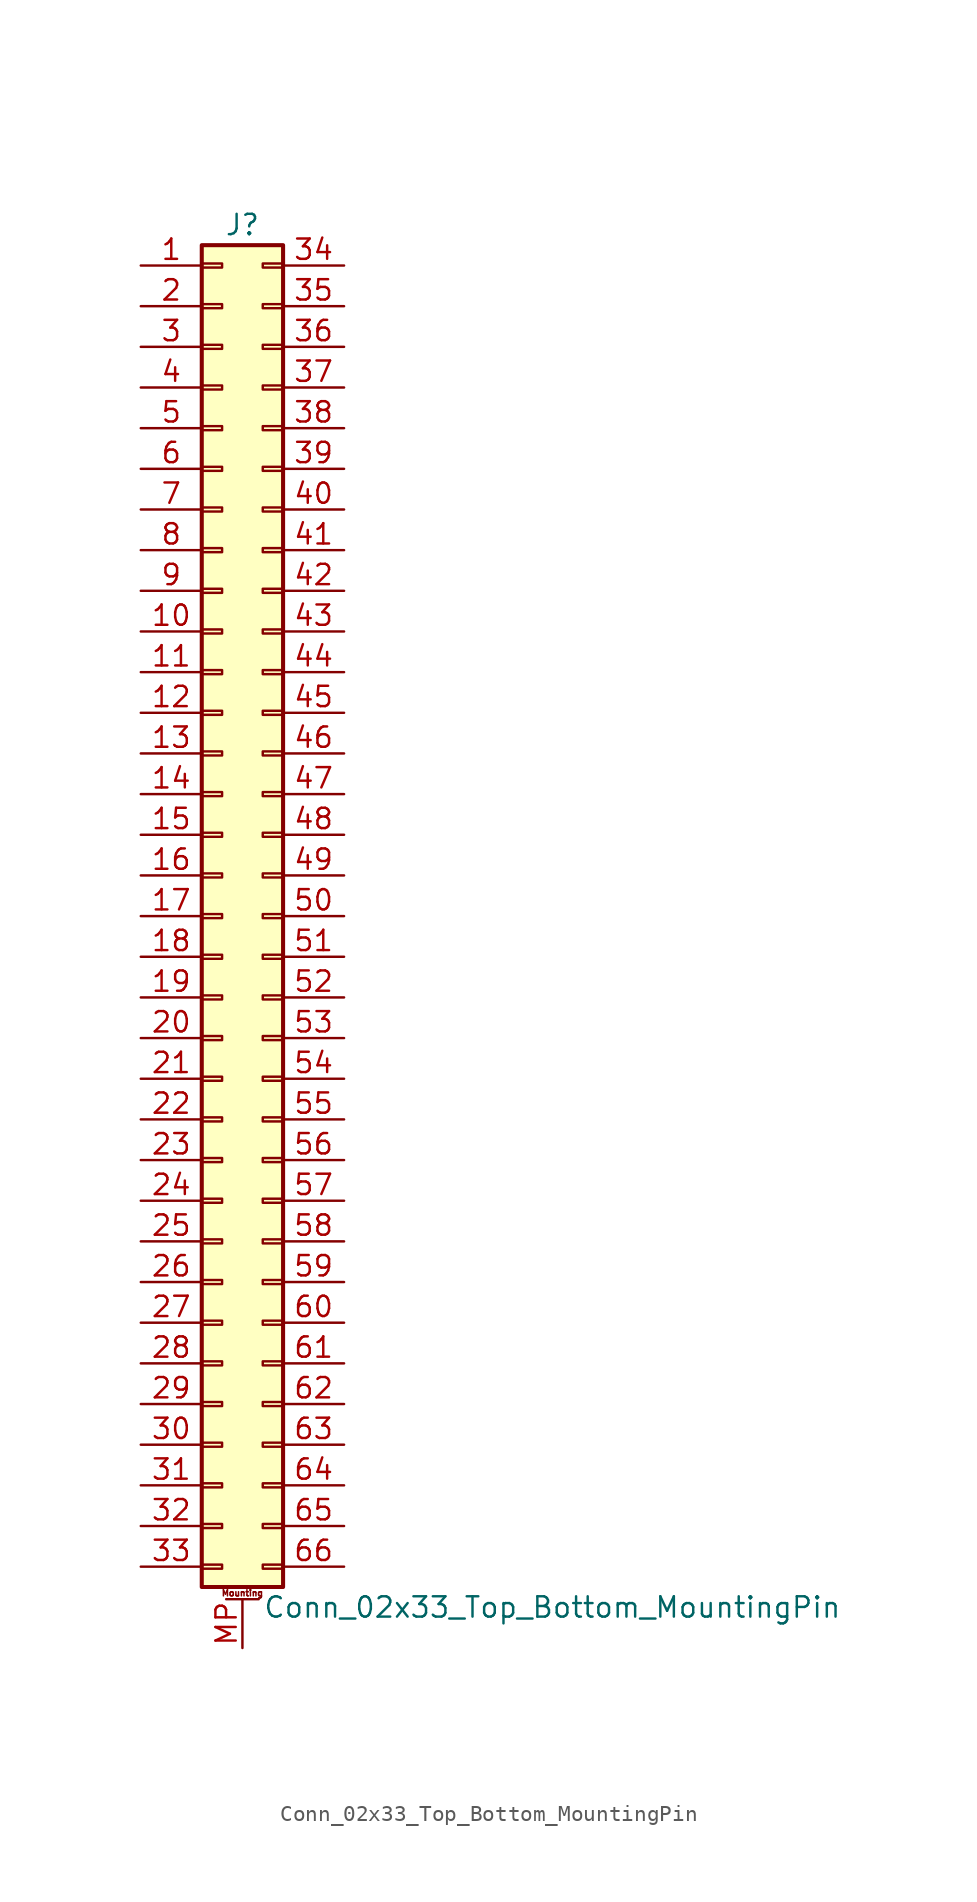
<source format=kicad_sym>
(kicad_symbol_lib
  (version 20201005)
  (generator kicad_symbol_editor)
  (symbol "Conn_02x33_Top_Bottom_MountingPin"
    (pin_names
      (offset 1.016) hide)
    (property "Reference" "J"
      (at 1.27 43.18 0)
      (effects (font (size 1.27 1.27))))
    (property "Value" "Conn_02x33_Top_Bottom_MountingPin"
      (at 2.54 -43.18 0)
      (effects (font (size 1.27 1.27)) (justify left)))
    (symbol "Conn_02x33_Top_Bottom_MountingPin_1_1"
      (text "Mounting" (at 1.27 -42.291 0) (effects (font (size 0.381 0.381))))
      (rectangle (start -1.27 -40.513) (end 0 -40.767) (stroke (width 0.152)) (fill (type none)))
      (rectangle (start -1.27 -37.973) (end 0 -38.227) (stroke (width 0.152)) (fill (type none)))
      (rectangle (start -1.27 -35.433) (end 0 -35.687) (stroke (width 0.152)) (fill (type none)))
      (rectangle (start -1.27 -32.893) (end 0 -33.147) (stroke (width 0.152)) (fill (type none)))
      (rectangle (start -1.27 -30.353) (end 0 -30.607) (stroke (width 0.152)) (fill (type none)))
      (rectangle (start -1.27 -27.813) (end 0 -28.067) (stroke (width 0.152)) (fill (type none)))
      (rectangle (start -1.27 -25.273) (end 0 -25.527) (stroke (width 0.152)) (fill (type none)))
      (rectangle (start -1.27 -22.733) (end 0 -22.987) (stroke (width 0.152)) (fill (type none)))
      (rectangle (start -1.27 -20.193) (end 0 -20.447) (stroke (width 0.152)) (fill (type none)))
      (rectangle (start -1.27 -17.653) (end 0 -17.907) (stroke (width 0.152)) (fill (type none)))
      (rectangle (start -1.27 -15.113) (end 0 -15.367) (stroke (width 0.152)) (fill (type none)))
      (rectangle (start -1.27 -12.573) (end 0 -12.827) (stroke (width 0.152)) (fill (type none)))
      (rectangle (start -1.27 -10.033) (end 0 -10.287) (stroke (width 0.152)) (fill (type none)))
      (rectangle (start -1.27 -7.493) (end 0 -7.747) (stroke (width 0.152)) (fill (type none)))
      (rectangle (start -1.27 -4.953) (end 0 -5.207) (stroke (width 0.152)) (fill (type none)))
      (rectangle (start -1.27 -2.413) (end 0 -2.667) (stroke (width 0.152)) (fill (type none)))
      (rectangle (start -1.27 0.127) (end 0 -0.127) (stroke (width 0.152)) (fill (type none)))
      (rectangle (start -1.27 2.667) (end 0 2.413) (stroke (width 0.152)) (fill (type none)))
      (rectangle (start -1.27 5.207) (end 0 4.953) (stroke (width 0.152)) (fill (type none)))
      (rectangle (start -1.27 7.747) (end 0 7.493) (stroke (width 0.152)) (fill (type none)))
      (rectangle (start -1.27 10.287) (end 0 10.033) (stroke (width 0.152)) (fill (type none)))
      (rectangle (start -1.27 12.827) (end 0 12.573) (stroke (width 0.152)) (fill (type none)))
      (rectangle (start -1.27 15.367) (end 0 15.113) (stroke (width 0.152)) (fill (type none)))
      (rectangle (start -1.27 17.907) (end 0 17.653) (stroke (width 0.152)) (fill (type none)))
      (rectangle (start -1.27 20.447) (end 0 20.193) (stroke (width 0.152)) (fill (type none)))
      (rectangle (start -1.27 22.987) (end 0 22.733) (stroke (width 0.152)) (fill (type none)))
      (rectangle (start -1.27 25.527) (end 0 25.273) (stroke (width 0.152)) (fill (type none)))
      (rectangle (start -1.27 28.067) (end 0 27.813) (stroke (width 0.152)) (fill (type none)))
      (rectangle (start -1.27 30.607) (end 0 30.353) (stroke (width 0.152)) (fill (type none)))
      (rectangle (start -1.27 33.147) (end 0 32.893) (stroke (width 0.152)) (fill (type none)))
      (rectangle (start -1.27 35.687) (end 0 35.433) (stroke (width 0.152)) (fill (type none)))
      (rectangle (start -1.27 38.227) (end 0 37.973) (stroke (width 0.152)) (fill (type none)))
      (rectangle (start -1.27 40.767) (end 0 40.513) (stroke (width 0.152)) (fill (type none)))
      (rectangle (start 3.81 -40.513) (end 2.54 -40.767) (stroke (width 0.152)) (fill (type none)))
      (rectangle (start 3.81 -37.973) (end 2.54 -38.227) (stroke (width 0.152)) (fill (type none)))
      (rectangle (start 3.81 -35.433) (end 2.54 -35.687) (stroke (width 0.152)) (fill (type none)))
      (rectangle (start 3.81 -32.893) (end 2.54 -33.147) (stroke (width 0.152)) (fill (type none)))
      (rectangle (start 3.81 -30.353) (end 2.54 -30.607) (stroke (width 0.152)) (fill (type none)))
      (rectangle (start 3.81 -27.813) (end 2.54 -28.067) (stroke (width 0.152)) (fill (type none)))
      (rectangle (start 3.81 -25.273) (end 2.54 -25.527) (stroke (width 0.152)) (fill (type none)))
      (rectangle (start 3.81 -22.733) (end 2.54 -22.987) (stroke (width 0.152)) (fill (type none)))
      (rectangle (start 3.81 -20.193) (end 2.54 -20.447) (stroke (width 0.152)) (fill (type none)))
      (rectangle (start 3.81 -17.653) (end 2.54 -17.907) (stroke (width 0.152)) (fill (type none)))
      (rectangle (start 3.81 -15.113) (end 2.54 -15.367) (stroke (width 0.152)) (fill (type none)))
      (rectangle (start 3.81 -12.573) (end 2.54 -12.827) (stroke (width 0.152)) (fill (type none)))
      (rectangle (start 3.81 -10.033) (end 2.54 -10.287) (stroke (width 0.152)) (fill (type none)))
      (rectangle (start 3.81 -7.493) (end 2.54 -7.747) (stroke (width 0.152)) (fill (type none)))
      (rectangle (start 3.81 -4.953) (end 2.54 -5.207) (stroke (width 0.152)) (fill (type none)))
      (rectangle (start 3.81 -2.413) (end 2.54 -2.667) (stroke (width 0.152)) (fill (type none)))
      (rectangle (start 3.81 0.127) (end 2.54 -0.127) (stroke (width 0.152)) (fill (type none)))
      (rectangle (start 3.81 2.667) (end 2.54 2.413) (stroke (width 0.152)) (fill (type none)))
      (rectangle (start 3.81 5.207) (end 2.54 4.953) (stroke (width 0.152)) (fill (type none)))
      (rectangle (start 3.81 7.747) (end 2.54 7.493) (stroke (width 0.152)) (fill (type none)))
      (rectangle (start 3.81 10.287) (end 2.54 10.033) (stroke (width 0.152)) (fill (type none)))
      (rectangle (start 3.81 12.827) (end 2.54 12.573) (stroke (width 0.152)) (fill (type none)))
      (rectangle (start 3.81 15.367) (end 2.54 15.113) (stroke (width 0.152)) (fill (type none)))
      (rectangle (start 3.81 17.907) (end 2.54 17.653) (stroke (width 0.152)) (fill (type none)))
      (rectangle (start 3.81 20.447) (end 2.54 20.193) (stroke (width 0.152)) (fill (type none)))
      (rectangle (start 3.81 22.987) (end 2.54 22.733) (stroke (width 0.152)) (fill (type none)))
      (rectangle (start 3.81 25.527) (end 2.54 25.273) (stroke (width 0.152)) (fill (type none)))
      (rectangle (start 3.81 28.067) (end 2.54 27.813) (stroke (width 0.152)) (fill (type none)))
      (rectangle (start 3.81 30.607) (end 2.54 30.353) (stroke (width 0.152)) (fill (type none)))
      (rectangle (start 3.81 33.147) (end 2.54 32.893) (stroke (width 0.152)) (fill (type none)))
      (rectangle (start 3.81 35.687) (end 2.54 35.433) (stroke (width 0.152)) (fill (type none)))
      (rectangle (start 3.81 38.227) (end 2.54 37.973) (stroke (width 0.152)) (fill (type none)))
      (rectangle (start 3.81 40.767) (end 2.54 40.513) (stroke (width 0.152)) (fill (type none)))
      (rectangle (start -1.27 41.91) (end 3.81 -41.91) (stroke (width 0.254)) (fill (type background)))
      (polyline (pts (xy 0.254 -42.672) (xy 2.286 -42.672)) (stroke (width 0.152)) (fill (type none)))
      (pin passive line (at -5.08 40.64 0) (length 3.81) (name "Pin_1" (effects (font (size 1.27 1.27)))) (number "1" (effects (font (size 1.27 1.27)))))
      (pin passive line (at -5.08 17.78 0) (length 3.81) (name "Pin_10" (effects (font (size 1.27 1.27)))) (number "10" (effects (font (size 1.27 1.27)))))
      (pin passive line (at -5.08 15.24 0) (length 3.81) (name "Pin_11" (effects (font (size 1.27 1.27)))) (number "11" (effects (font (size 1.27 1.27)))))
      (pin passive line (at -5.08 12.7 0) (length 3.81) (name "Pin_12" (effects (font (size 1.27 1.27)))) (number "12" (effects (font (size 1.27 1.27)))))
      (pin passive line (at -5.08 10.16 0) (length 3.81) (name "Pin_13" (effects (font (size 1.27 1.27)))) (number "13" (effects (font (size 1.27 1.27)))))
      (pin passive line (at -5.08 7.62 0) (length 3.81) (name "Pin_14" (effects (font (size 1.27 1.27)))) (number "14" (effects (font (size 1.27 1.27)))))
      (pin passive line (at -5.08 5.08 0) (length 3.81) (name "Pin_15" (effects (font (size 1.27 1.27)))) (number "15" (effects (font (size 1.27 1.27)))))
      (pin passive line (at -5.08 2.54 0) (length 3.81) (name "Pin_16" (effects (font (size 1.27 1.27)))) (number "16" (effects (font (size 1.27 1.27)))))
      (pin passive line (at -5.08 0 0) (length 3.81) (name "Pin_17" (effects (font (size 1.27 1.27)))) (number "17" (effects (font (size 1.27 1.27)))))
      (pin passive line (at -5.08 -2.54 0) (length 3.81) (name "Pin_18" (effects (font (size 1.27 1.27)))) (number "18" (effects (font (size 1.27 1.27)))))
      (pin passive line (at -5.08 -5.08 0) (length 3.81) (name "Pin_19" (effects (font (size 1.27 1.27)))) (number "19" (effects (font (size 1.27 1.27)))))
      (pin passive line (at -5.08 38.1 0) (length 3.81) (name "Pin_2" (effects (font (size 1.27 1.27)))) (number "2" (effects (font (size 1.27 1.27)))))
      (pin passive line (at -5.08 -7.62 0) (length 3.81) (name "Pin_20" (effects (font (size 1.27 1.27)))) (number "20" (effects (font (size 1.27 1.27)))))
      (pin passive line (at -5.08 -10.16 0) (length 3.81) (name "Pin_21" (effects (font (size 1.27 1.27)))) (number "21" (effects (font (size 1.27 1.27)))))
      (pin passive line (at -5.08 -12.7 0) (length 3.81) (name "Pin_22" (effects (font (size 1.27 1.27)))) (number "22" (effects (font (size 1.27 1.27)))))
      (pin passive line (at -5.08 -15.24 0) (length 3.81) (name "Pin_23" (effects (font (size 1.27 1.27)))) (number "23" (effects (font (size 1.27 1.27)))))
      (pin passive line (at -5.08 -17.78 0) (length 3.81) (name "Pin_24" (effects (font (size 1.27 1.27)))) (number "24" (effects (font (size 1.27 1.27)))))
      (pin passive line (at -5.08 -20.32 0) (length 3.81) (name "Pin_25" (effects (font (size 1.27 1.27)))) (number "25" (effects (font (size 1.27 1.27)))))
      (pin passive line (at -5.08 -22.86 0) (length 3.81) (name "Pin_26" (effects (font (size 1.27 1.27)))) (number "26" (effects (font (size 1.27 1.27)))))
      (pin passive line (at -5.08 -25.4 0) (length 3.81) (name "Pin_27" (effects (font (size 1.27 1.27)))) (number "27" (effects (font (size 1.27 1.27)))))
      (pin passive line (at -5.08 -27.94 0) (length 3.81) (name "Pin_28" (effects (font (size 1.27 1.27)))) (number "28" (effects (font (size 1.27 1.27)))))
      (pin passive line (at -5.08 -30.48 0) (length 3.81) (name "Pin_29" (effects (font (size 1.27 1.27)))) (number "29" (effects (font (size 1.27 1.27)))))
      (pin passive line (at -5.08 35.56 0) (length 3.81) (name "Pin_3" (effects (font (size 1.27 1.27)))) (number "3" (effects (font (size 1.27 1.27)))))
      (pin passive line (at -5.08 -33.02 0) (length 3.81) (name "Pin_30" (effects (font (size 1.27 1.27)))) (number "30" (effects (font (size 1.27 1.27)))))
      (pin passive line (at -5.08 -35.56 0) (length 3.81) (name "Pin_31" (effects (font (size 1.27 1.27)))) (number "31" (effects (font (size 1.27 1.27)))))
      (pin passive line (at -5.08 -38.1 0) (length 3.81) (name "Pin_32" (effects (font (size 1.27 1.27)))) (number "32" (effects (font (size 1.27 1.27)))))
      (pin passive line (at -5.08 -40.64 0) (length 3.81) (name "Pin_33" (effects (font (size 1.27 1.27)))) (number "33" (effects (font (size 1.27 1.27)))))
      (pin passive line (at 7.62 40.64 180) (length 3.81) (name "Pin_34" (effects (font (size 1.27 1.27)))) (number "34" (effects (font (size 1.27 1.27)))))
      (pin passive line (at 7.62 38.1 180) (length 3.81) (name "Pin_35" (effects (font (size 1.27 1.27)))) (number "35" (effects (font (size 1.27 1.27)))))
      (pin passive line (at 7.62 35.56 180) (length 3.81) (name "Pin_36" (effects (font (size 1.27 1.27)))) (number "36" (effects (font (size 1.27 1.27)))))
      (pin passive line (at 7.62 33.02 180) (length 3.81) (name "Pin_37" (effects (font (size 1.27 1.27)))) (number "37" (effects (font (size 1.27 1.27)))))
      (pin passive line (at 7.62 30.48 180) (length 3.81) (name "Pin_38" (effects (font (size 1.27 1.27)))) (number "38" (effects (font (size 1.27 1.27)))))
      (pin passive line (at 7.62 27.94 180) (length 3.81) (name "Pin_39" (effects (font (size 1.27 1.27)))) (number "39" (effects (font (size 1.27 1.27)))))
      (pin passive line (at -5.08 33.02 0) (length 3.81) (name "Pin_4" (effects (font (size 1.27 1.27)))) (number "4" (effects (font (size 1.27 1.27)))))
      (pin passive line (at 7.62 25.4 180) (length 3.81) (name "Pin_40" (effects (font (size 1.27 1.27)))) (number "40" (effects (font (size 1.27 1.27)))))
      (pin passive line (at 7.62 22.86 180) (length 3.81) (name "Pin_41" (effects (font (size 1.27 1.27)))) (number "41" (effects (font (size 1.27 1.27)))))
      (pin passive line (at 7.62 20.32 180) (length 3.81) (name "Pin_42" (effects (font (size 1.27 1.27)))) (number "42" (effects (font (size 1.27 1.27)))))
      (pin passive line (at 7.62 17.78 180) (length 3.81) (name "Pin_43" (effects (font (size 1.27 1.27)))) (number "43" (effects (font (size 1.27 1.27)))))
      (pin passive line (at 7.62 15.24 180) (length 3.81) (name "Pin_44" (effects (font (size 1.27 1.27)))) (number "44" (effects (font (size 1.27 1.27)))))
      (pin passive line (at 7.62 12.7 180) (length 3.81) (name "Pin_45" (effects (font (size 1.27 1.27)))) (number "45" (effects (font (size 1.27 1.27)))))
      (pin passive line (at 7.62 10.16 180) (length 3.81) (name "Pin_46" (effects (font (size 1.27 1.27)))) (number "46" (effects (font (size 1.27 1.27)))))
      (pin passive line (at 7.62 7.62 180) (length 3.81) (name "Pin_47" (effects (font (size 1.27 1.27)))) (number "47" (effects (font (size 1.27 1.27)))))
      (pin passive line (at 7.62 5.08 180) (length 3.81) (name "Pin_48" (effects (font (size 1.27 1.27)))) (number "48" (effects (font (size 1.27 1.27)))))
      (pin passive line (at 7.62 2.54 180) (length 3.81) (name "Pin_49" (effects (font (size 1.27 1.27)))) (number "49" (effects (font (size 1.27 1.27)))))
      (pin passive line (at -5.08 30.48 0) (length 3.81) (name "Pin_5" (effects (font (size 1.27 1.27)))) (number "5" (effects (font (size 1.27 1.27)))))
      (pin passive line (at 7.62 0 180) (length 3.81) (name "Pin_50" (effects (font (size 1.27 1.27)))) (number "50" (effects (font (size 1.27 1.27)))))
      (pin passive line (at 7.62 -2.54 180) (length 3.81) (name "Pin_51" (effects (font (size 1.27 1.27)))) (number "51" (effects (font (size 1.27 1.27)))))
      (pin passive line (at 7.62 -5.08 180) (length 3.81) (name "Pin_52" (effects (font (size 1.27 1.27)))) (number "52" (effects (font (size 1.27 1.27)))))
      (pin passive line (at 7.62 -7.62 180) (length 3.81) (name "Pin_53" (effects (font (size 1.27 1.27)))) (number "53" (effects (font (size 1.27 1.27)))))
      (pin passive line (at 7.62 -10.16 180) (length 3.81) (name "Pin_54" (effects (font (size 1.27 1.27)))) (number "54" (effects (font (size 1.27 1.27)))))
      (pin passive line (at 7.62 -12.7 180) (length 3.81) (name "Pin_55" (effects (font (size 1.27 1.27)))) (number "55" (effects (font (size 1.27 1.27)))))
      (pin passive line (at 7.62 -15.24 180) (length 3.81) (name "Pin_56" (effects (font (size 1.27 1.27)))) (number "56" (effects (font (size 1.27 1.27)))))
      (pin passive line (at 7.62 -17.78 180) (length 3.81) (name "Pin_57" (effects (font (size 1.27 1.27)))) (number "57" (effects (font (size 1.27 1.27)))))
      (pin passive line (at 7.62 -20.32 180) (length 3.81) (name "Pin_58" (effects (font (size 1.27 1.27)))) (number "58" (effects (font (size 1.27 1.27)))))
      (pin passive line (at 7.62 -22.86 180) (length 3.81) (name "Pin_59" (effects (font (size 1.27 1.27)))) (number "59" (effects (font (size 1.27 1.27)))))
      (pin passive line (at -5.08 27.94 0) (length 3.81) (name "Pin_6" (effects (font (size 1.27 1.27)))) (number "6" (effects (font (size 1.27 1.27)))))
      (pin passive line (at 7.62 -25.4 180) (length 3.81) (name "Pin_60" (effects (font (size 1.27 1.27)))) (number "60" (effects (font (size 1.27 1.27)))))
      (pin passive line (at 7.62 -27.94 180) (length 3.81) (name "Pin_61" (effects (font (size 1.27 1.27)))) (number "61" (effects (font (size 1.27 1.27)))))
      (pin passive line (at 7.62 -30.48 180) (length 3.81) (name "Pin_62" (effects (font (size 1.27 1.27)))) (number "62" (effects (font (size 1.27 1.27)))))
      (pin passive line (at 7.62 -33.02 180) (length 3.81) (name "Pin_63" (effects (font (size 1.27 1.27)))) (number "63" (effects (font (size 1.27 1.27)))))
      (pin passive line (at 7.62 -35.56 180) (length 3.81) (name "Pin_64" (effects (font (size 1.27 1.27)))) (number "64" (effects (font (size 1.27 1.27)))))
      (pin passive line (at 7.62 -38.1 180) (length 3.81) (name "Pin_65" (effects (font (size 1.27 1.27)))) (number "65" (effects (font (size 1.27 1.27)))))
      (pin passive line (at 7.62 -40.64 180) (length 3.81) (name "Pin_66" (effects (font (size 1.27 1.27)))) (number "66" (effects (font (size 1.27 1.27)))))
      (pin passive line (at -5.08 25.4 0) (length 3.81) (name "Pin_7" (effects (font (size 1.27 1.27)))) (number "7" (effects (font (size 1.27 1.27)))))
      (pin passive line (at -5.08 22.86 0) (length 3.81) (name "Pin_8" (effects (font (size 1.27 1.27)))) (number "8" (effects (font (size 1.27 1.27)))))
      (pin passive line (at -5.08 20.32 0) (length 3.81) (name "Pin_9" (effects (font (size 1.27 1.27)))) (number "9" (effects (font (size 1.27 1.27)))))
      (pin passive line (at 1.27 -45.72 90) (length 3.048) (name "MountPin" (effects (font (size 1.27 1.27)))) (number "MP" (effects (font (size 1.27 1.27))))))))
</source>
